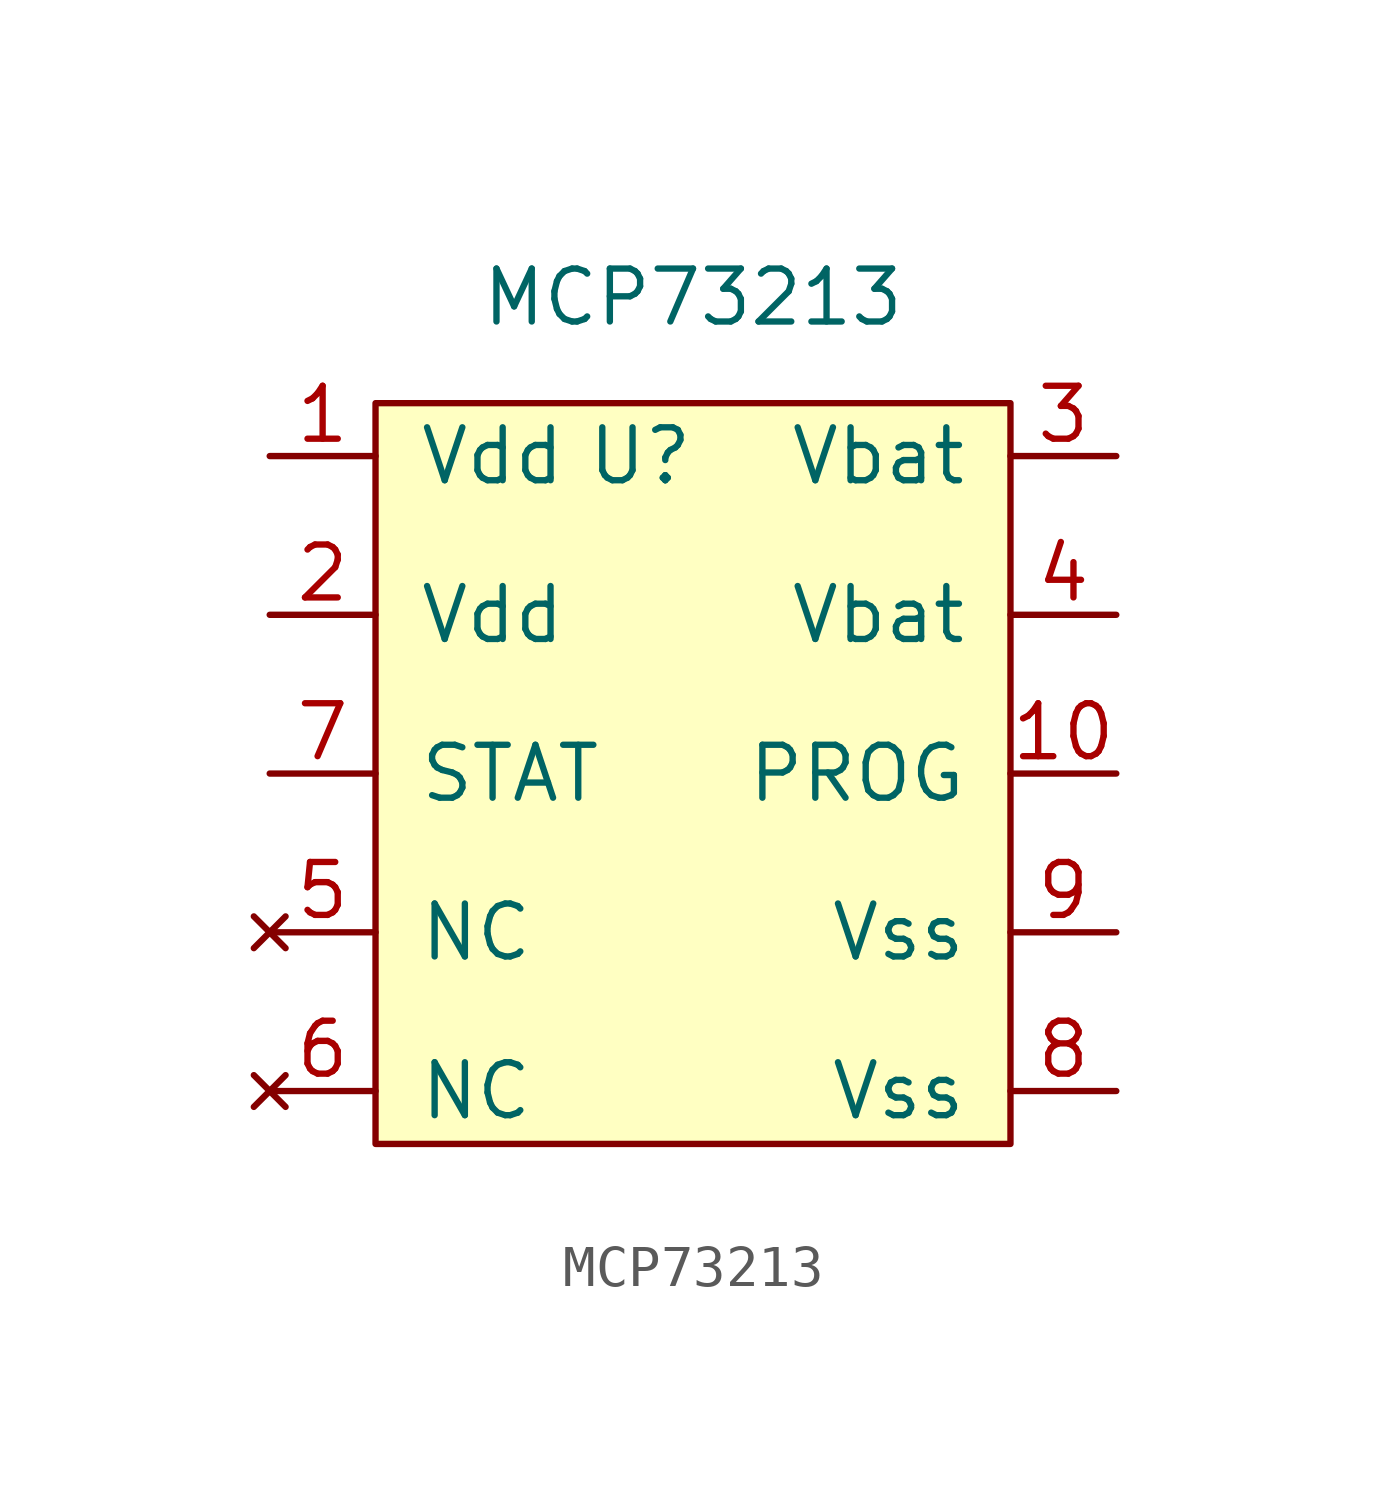
<source format=kicad_sym>
(kicad_symbol_lib
  (version 20211014)
  (generator kicad_symbol_editor)
  (symbol "MCP73213"
    (pin_names
      (offset 1.016))
    (property "Reference" "U"
      (at -1.27 7.62 0)
      (effects (font (size 1.27 1.27))))
    (property "Value" "MCP73213"
      (at 0 11.43 0)
      (effects (font (size 1.27 1.27))))
    (symbol "MCP73213_0_1"
      (rectangle (start -7.62 8.89) (end 7.62 -8.89) (stroke (width 0) (type default) (color 0 0 0 0)) (fill (type background))))
    (symbol "MCP73213_1_1"
      (pin power_in line (at -10.16 7.62 0) (length 2.54) (name "Vdd" (effects (font (size 1.27 1.27)))) (number "1" (effects (font (size 1.27 1.27)))))
      (pin open_collector line (at 10.16 0 180) (length 2.54) (name "PROG" (effects (font (size 1.27 1.27)))) (number "10" (effects (font (size 1.27 1.27)))))
      (pin power_in line (at -10.16 3.81 0) (length 2.54) (name "Vdd" (effects (font (size 1.27 1.27)))) (number "2" (effects (font (size 1.27 1.27)))))
      (pin bidirectional line (at 10.16 7.62 180) (length 2.54) (name "Vbat" (effects (font (size 1.27 1.27)))) (number "3" (effects (font (size 1.27 1.27)))))
      (pin bidirectional line (at 10.16 3.81 180) (length 2.54) (name "Vbat" (effects (font (size 1.27 1.27)))) (number "4" (effects (font (size 1.27 1.27)))))
      (pin no_connect line (at -10.16 -3.81 0) (length 2.54) (name "NC" (effects (font (size 1.27 1.27)))) (number "5" (effects (font (size 1.27 1.27)))))
      (pin no_connect line (at -10.16 -7.62 0) (length 2.54) (name "NC" (effects (font (size 1.27 1.27)))) (number "6" (effects (font (size 1.27 1.27)))))
      (pin tri_state line (at -10.16 0 0) (length 2.54) (name "STAT" (effects (font (size 1.27 1.27)))) (number "7" (effects (font (size 1.27 1.27)))))
      (pin power_in line (at 10.16 -7.62 180) (length 2.54) (name "Vss" (effects (font (size 1.27 1.27)))) (number "8" (effects (font (size 1.27 1.27)))))
      (pin power_in line (at 10.16 -3.81 180) (length 2.54) (name "Vss" (effects (font (size 1.27 1.27)))) (number "9" (effects (font (size 1.27 1.27))))))))
</source>
